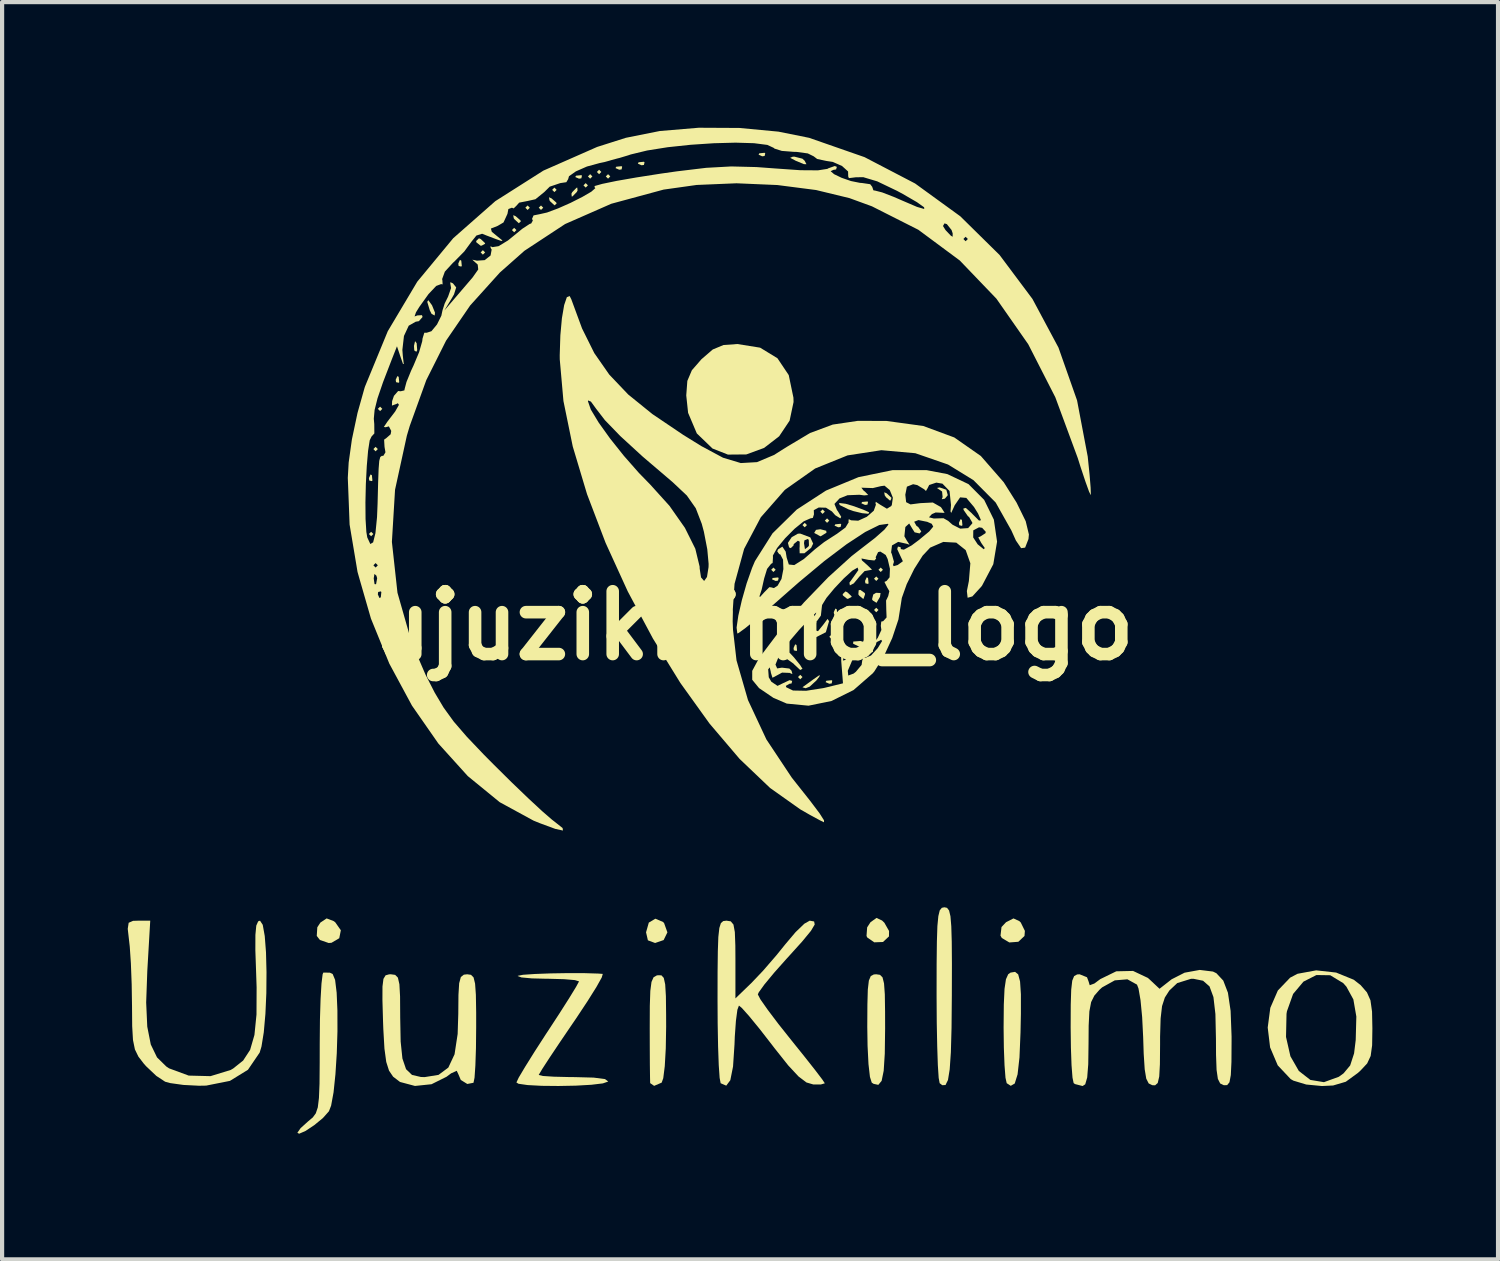
<source format=kicad_pcb>
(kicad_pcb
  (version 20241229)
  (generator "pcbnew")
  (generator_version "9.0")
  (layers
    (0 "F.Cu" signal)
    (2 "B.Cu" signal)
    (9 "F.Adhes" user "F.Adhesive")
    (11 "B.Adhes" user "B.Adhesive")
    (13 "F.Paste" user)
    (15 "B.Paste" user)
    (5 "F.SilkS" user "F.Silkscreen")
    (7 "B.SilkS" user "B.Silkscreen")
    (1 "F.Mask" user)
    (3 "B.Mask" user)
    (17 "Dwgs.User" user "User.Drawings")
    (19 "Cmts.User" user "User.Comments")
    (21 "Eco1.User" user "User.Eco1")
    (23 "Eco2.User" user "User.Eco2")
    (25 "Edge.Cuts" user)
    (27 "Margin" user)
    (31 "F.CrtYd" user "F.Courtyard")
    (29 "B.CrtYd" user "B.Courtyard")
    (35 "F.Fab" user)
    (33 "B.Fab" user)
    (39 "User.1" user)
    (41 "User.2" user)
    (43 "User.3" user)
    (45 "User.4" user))
  (footprint "ujuzikilimo_logo"
    (layer "F.Cu")
    (at 14.936 11.888)
    (property "Reference" "ujuzikilimo_logo" (at 0 0 0) (layer "F.SilkS") (effects (font (size 1.5 1.5) (thickness 0.3))))
    (attr board_only exclude_from_pos_files exclude_from_bom)
    (fp_poly (pts (xy -9.071 -2.188) (xy -9.125 -2.134) (xy -9.178 -2.188) (xy -9.125 -2.241)) (stroke (width 0) (type solid)) (fill yes) (layer "F.SilkS"))
    (fp_poly (pts (xy -8.965 -4.216) (xy -9.018 -4.162) (xy -9.071 -4.216) (xy -9.018 -4.269)) (stroke (width 0) (type solid)) (fill yes) (layer "F.SilkS"))
    (fp_poly (pts (xy -8.858 -5.176) (xy -8.911 -5.123) (xy -8.965 -5.176) (xy -8.911 -5.229)) (stroke (width 0) (type solid)) (fill yes) (layer "F.SilkS"))
    (fp_poly (pts (xy -6.403 -8.911) (xy -6.457 -8.858) (xy -6.51 -8.911) (xy -6.457 -8.965)) (stroke (width 0) (type solid)) (fill yes) (layer "F.SilkS"))
    (fp_poly (pts (xy -5.656 -9.445) (xy -5.71 -9.392) (xy -5.763 -9.445) (xy -5.71 -9.498)) (stroke (width 0) (type solid)) (fill yes) (layer "F.SilkS"))
    (fp_poly (pts (xy -5.336 -9.979) (xy -5.389 -9.925) (xy -5.443 -9.979) (xy -5.389 -10.032)) (stroke (width 0) (type solid)) (fill yes) (layer "F.SilkS"))
    (fp_poly (pts (xy -5.016 -9.979) (xy -5.069 -9.925) (xy -5.123 -9.979) (xy -5.069 -10.032)) (stroke (width 0) (type solid)) (fill yes) (layer "F.SilkS"))
    (fp_poly (pts (xy -4.696 -10.405) (xy -4.749 -10.352) (xy -4.803 -10.405) (xy -4.749 -10.459)) (stroke (width 0) (type solid)) (fill yes) (layer "F.SilkS"))
    (fp_poly (pts (xy -3.949 -10.512) (xy -4.002 -10.459) (xy -4.055 -10.512) (xy -4.002 -10.566)) (stroke (width 0) (type solid)) (fill yes) (layer "F.SilkS"))
    (fp_poly (pts (xy -3.842 -10.726) (xy -3.895 -10.672) (xy -3.949 -10.726) (xy -3.895 -10.779)) (stroke (width 0) (type solid)) (fill yes) (layer "F.SilkS"))
    (fp_poly (pts (xy -3.629 -10.832) (xy -3.682 -10.779) (xy -3.735 -10.832) (xy -3.682 -10.886)) (stroke (width 0) (type solid)) (fill yes) (layer "F.SilkS"))
    (fp_poly (pts (xy -3.415 -10.726) (xy -3.468 -10.672) (xy -3.522 -10.726) (xy -3.468 -10.779)) (stroke (width 0) (type solid)) (fill yes) (layer "F.SilkS"))
    (fp_poly (pts (xy 0.534 -1.334) (xy 0.48 -1.281) (xy 0.427 -1.334) (xy 0.48 -1.387)) (stroke (width 0) (type solid)) (fill yes) (layer "F.SilkS"))
    (fp_poly (pts (xy 1.174 1.227) (xy 1.121 1.281) (xy 1.067 1.227) (xy 1.121 1.174)) (stroke (width 0) (type solid)) (fill yes) (layer "F.SilkS"))
    (fp_poly (pts (xy 1.281 -2.401) (xy 1.227 -2.348) (xy 1.174 -2.401) (xy 1.227 -2.455)) (stroke (width 0) (type solid)) (fill yes) (layer "F.SilkS"))
    (fp_poly (pts (xy 1.708 -2.721) (xy 1.654 -2.668) (xy 1.601 -2.721) (xy 1.654 -2.775)) (stroke (width 0) (type solid)) (fill yes) (layer "F.SilkS"))
    (fp_poly (pts (xy 1.814 -2.508) (xy 1.761 -2.455) (xy 1.708 -2.508) (xy 1.761 -2.561)) (stroke (width 0) (type solid)) (fill yes) (layer "F.SilkS"))
    (fp_poly (pts (xy 1.921 0.267) (xy 1.868 0.32) (xy 1.814 0.267) (xy 1.868 0.213)) (stroke (width 0) (type solid)) (fill yes) (layer "F.SilkS"))
    (fp_poly (pts (xy 2.988 -1.121) (xy 2.935 -1.067) (xy 2.882 -1.121) (xy 2.935 -1.174)) (stroke (width 0) (type solid)) (fill yes) (layer "F.SilkS"))
    (fp_poly (pts (xy 2.988 -0.374) (xy 2.935 -0.32) (xy 2.882 -0.374) (xy 2.935 -0.427)) (stroke (width 0) (type solid)) (fill yes) (layer "F.SilkS"))
    (fp_poly (pts (xy 3.095 -1.334) (xy 3.042 -1.281) (xy 2.988 -1.334) (xy 3.042 -1.387)) (stroke (width 0) (type solid)) (fill yes) (layer "F.SilkS"))
    (fp_poly (pts (xy -9.107 -3.593) (xy -9.094 -3.466) (xy -9.107 -3.451) (xy -9.17 -3.465) (xy -9.178 -3.522) (xy -9.139 -3.61)) (stroke (width 0) (type solid)) (fill yes) (layer "F.SilkS"))
    (fp_poly (pts (xy -8.467 -5.941) (xy -8.454 -5.814) (xy -8.467 -5.799) (xy -8.53 -5.813) (xy -8.538 -5.87) (xy -8.499 -5.958)) (stroke (width 0) (type solid)) (fill yes) (layer "F.SilkS"))
    (fp_poly (pts (xy -8.038 -6.744) (xy -8.025 -6.577) (xy -8.046 -6.539) (xy -8.095 -6.571) (xy -8.102 -6.679) (xy -8.076 -6.793)) (stroke (width 0) (type solid)) (fill yes) (layer "F.SilkS"))
    (fp_poly (pts (xy -6.973 -8.716) (xy -6.96 -8.589) (xy -6.973 -8.573) (xy -7.036 -8.588) (xy -7.044 -8.645) (xy -7.005 -8.732)) (stroke (width 0) (type solid)) (fill yes) (layer "F.SilkS"))
    (fp_poly (pts (xy -4.091 -10.743) (xy -4.106 -10.68) (xy -4.162 -10.672) (xy -4.25 -10.711) (xy -4.233 -10.743) (xy -4.107 -10.756)) (stroke (width 0) (type solid)) (fill yes) (layer "F.SilkS"))
    (fp_poly (pts (xy -3.131 -10.957) (xy -3.145 -10.893) (xy -3.202 -10.886) (xy -3.29 -10.925) (xy -3.273 -10.957) (xy -3.146 -10.97)) (stroke (width 0) (type solid)) (fill yes) (layer "F.SilkS"))
    (fp_poly (pts (xy -2.597 -11.064) (xy -2.612 -11) (xy -2.668 -10.992) (xy -2.756 -11.031) (xy -2.739 -11.064) (xy -2.613 -11.076)) (stroke (width 0) (type solid)) (fill yes) (layer "F.SilkS"))
    (fp_poly (pts (xy 0.285 -11.277) (xy 0.27 -11.214) (xy 0.213 -11.206) (xy 0.126 -11.245) (xy 0.142 -11.277) (xy 0.269 -11.29)) (stroke (width 0) (type solid)) (fill yes) (layer "F.SilkS"))
    (fp_poly (pts (xy 0.605 -1.138) (xy 0.59 -1.075) (xy 0.534 -1.067) (xy 0.446 -1.106) (xy 0.462 -1.138) (xy 0.589 -1.151)) (stroke (width 0) (type solid)) (fill yes) (layer "F.SilkS"))
    (fp_poly (pts (xy 1.032 0.462) (xy 1.044 0.589) (xy 1.032 0.605) (xy 0.968 0.59) (xy 0.961 0.534) (xy 1 0.446)) (stroke (width 0) (type solid)) (fill yes) (layer "F.SilkS"))
    (fp_poly (pts (xy 1.885 1.316) (xy 1.871 1.38) (xy 1.814 1.387) (xy 1.726 1.348) (xy 1.743 1.316) (xy 1.87 1.303)) (stroke (width 0) (type solid)) (fill yes) (layer "F.SilkS"))
    (fp_poly (pts (xy 1.992 -0.391) (xy 2.005 -0.265) (xy 1.992 -0.249) (xy 1.929 -0.264) (xy 1.921 -0.32) (xy 1.96 -0.408)) (stroke (width 0) (type solid)) (fill yes) (layer "F.SilkS"))
    (fp_poly (pts (xy 1.992 -0.071) (xy 2.005 0.056) (xy 1.992 0.071) (xy 1.929 0.056) (xy 1.921 0) (xy 1.96 -0.088)) (stroke (width 0) (type solid)) (fill yes) (layer "F.SilkS"))
    (fp_poly (pts (xy 2.099 -2.419) (xy 2.084 -2.356) (xy 2.028 -2.348) (xy 1.94 -2.387) (xy 1.957 -2.419) (xy 2.083 -2.432)) (stroke (width 0) (type solid)) (fill yes) (layer "F.SilkS"))
    (fp_poly (pts (xy 2.739 -2.953) (xy 2.725 -2.889) (xy 2.668 -2.882) (xy 2.58 -2.921) (xy 2.597 -2.953) (xy 2.724 -2.965)) (stroke (width 0) (type solid)) (fill yes) (layer "F.SilkS"))
    (fp_poly (pts (xy 2.739 -1.138) (xy 2.752 -1.012) (xy 2.739 -0.996) (xy 2.676 -1.011) (xy 2.668 -1.067) (xy 2.707 -1.155)) (stroke (width 0) (type solid)) (fill yes) (layer "F.SilkS"))
    (fp_poly (pts (xy 4.98 -2.526) (xy 4.993 -2.399) (xy 4.98 -2.383) (xy 4.917 -2.398) (xy 4.909 -2.455) (xy 4.948 -2.542)) (stroke (width 0) (type solid)) (fill yes) (layer "F.SilkS"))
    (fp_poly (pts (xy -7.671 -7.649) (xy -7.6 -7.473) (xy -7.608 -7.405) (xy -7.681 -7.443) (xy -7.724 -7.528) (xy -7.785 -7.731) (xy -7.76 -7.771)) (stroke (width 0) (type solid)) (fill yes) (layer "F.SilkS"))
    (fp_poly (pts (xy -5.673 -9.775) (xy -5.559 -9.676) (xy -5.55 -9.652) (xy -5.6 -9.608) (xy -5.706 -9.707) (xy -5.72 -9.728) (xy -5.732 -9.801)) (stroke (width 0) (type solid)) (fill yes) (layer "F.SilkS"))
    (fp_poly (pts (xy -4.819 -10.202) (xy -4.705 -10.103) (xy -4.696 -10.079) (xy -4.746 -10.035) (xy -4.852 -10.133) (xy -4.866 -10.155) (xy -4.879 -10.228)) (stroke (width 0) (type solid)) (fill yes) (layer "F.SilkS"))
    (fp_poly (pts (xy 3.038 -0.779) (xy 3.025 -0.688) (xy 2.942 -0.545) (xy 2.855 -0.599) (xy 2.835 -0.629) (xy 2.863 -0.743) (xy 2.93 -0.784)) (stroke (width 0) (type solid)) (fill yes) (layer "F.SilkS"))
    (fp_poly (pts (xy 3.185 -3.159) (xy 3.3 -3.051) (xy 3.276 -2.989) (xy 3.261 -2.988) (xy 3.171 -3.064) (xy 3.138 -3.111) (xy 3.126 -3.184)) (stroke (width 0) (type solid)) (fill yes) (layer "F.SilkS"))
    (fp_poly (pts (xy -6.51 -9.232) (xy -6.408 -9.136) (xy -6.403 -9.118) (xy -6.486 -9.073) (xy -6.51 -9.071) (xy -6.613 -9.153) (xy -6.617 -9.184) (xy -6.551 -9.248)) (stroke (width 0) (type solid)) (fill yes) (layer "F.SilkS"))
    (fp_poly (pts (xy -4.196 -10.39) (xy -4.216 -10.352) (xy -4.316 -10.25) (xy -4.335 -10.245) (xy -4.342 -10.314) (xy -4.322 -10.352) (xy -4.222 -10.454) (xy -4.203 -10.459)) (stroke (width 0) (type solid)) (fill yes) (layer "F.SilkS"))
    (fp_poly (pts (xy 1.173 -11.149) (xy 1.227 -11.099) (xy 1.269 -11.017) (xy 1.208 -11.019) (xy 1.014 -11.099) (xy 0.88 -11.17) (xy 0.94 -11.196) (xy 0.981 -11.198)) (stroke (width 0) (type solid)) (fill yes) (layer "F.SilkS"))
    (fp_poly (pts (xy 1.741 -2.266) (xy 1.747 -2.218) (xy 1.61 -2.135) (xy 1.601 -2.134) (xy 1.46 -2.21) (xy 1.455 -2.218) (xy 1.497 -2.287) (xy 1.601 -2.302)) (stroke (width 0) (type solid)) (fill yes) (layer "F.SilkS"))
    (fp_poly (pts (xy 2.241 -0.8) (xy 2.343 -0.705) (xy 2.348 -0.687) (xy 2.265 -0.642) (xy 2.241 -0.64) (xy 2.139 -0.722) (xy 2.134 -0.753) (xy 2.2 -0.817)) (stroke (width 0) (type solid)) (fill yes) (layer "F.SilkS"))
    (fp_poly (pts (xy 2.664 -0.776) (xy 2.668 -0.747) (xy 2.632 -0.643) (xy 2.621 -0.64) (xy 2.53 -0.715) (xy 2.508 -0.747) (xy 2.516 -0.845) (xy 2.555 -0.854)) (stroke (width 0) (type solid)) (fill yes) (layer "F.SilkS"))
    (fp_poly (pts (xy -2.155 7.075) (xy -2.13 7.102) (xy -2.051 7.323) (xy -2.141 7.507) (xy -2.345 7.577) (xy -2.517 7.513) (xy -2.561 7.322) (xy -2.495 7.09) (xy -2.338 6.997)) (stroke (width 0) (type solid)) (fill yes) (layer "F.SilkS"))
    (fp_poly (pts (xy 1.579 1.214) (xy 1.508 1.307) (xy 1.345 1.457) (xy 1.25 1.494) (xy 1.175 1.473) (xy 1.183 1.464) (xy 1.294 1.384) (xy 1.441 1.277) (xy 1.586 1.177)) (stroke (width 0) (type solid)) (fill yes) (layer "F.SilkS"))
    (fp_poly (pts (xy 2.757 0.427) (xy 2.822 0.503) (xy 2.856 0.623) (xy 2.851 0.634) (xy 2.747 0.594) (xy 2.588 0.53) (xy 2.384 0.432) (xy 2.386 0.38) (xy 2.559 0.366)) (stroke (width 0) (type solid)) (fill yes) (layer "F.SilkS"))
    (fp_poly (pts (xy 4.608 -3.245) (xy 4.643 -3.115) (xy 4.574 -3.032) (xy 4.499 -3.018) (xy 4.52 -3.069) (xy 4.507 -3.203) (xy 4.456 -3.238) (xy 4.385 -3.287) (xy 4.449 -3.3)) (stroke (width 0) (type solid)) (fill yes) (layer "F.SilkS"))
    (fp_poly (pts (xy -10.024 7.052) (xy -9.983 7.081) (xy -9.848 7.273) (xy -9.886 7.463) (xy -10.071 7.572) (xy -10.139 7.577) (xy -10.347 7.505) (xy -10.423 7.409) (xy -10.41 7.202) (xy -10.335 7.088) (xy -10.187 6.99)) (stroke (width 0) (type solid)) (fill yes) (layer "F.SilkS"))
    (fp_poly (pts (xy 1.809 -0.107) (xy 1.732 0.157) (xy 1.504 0.273) (xy 1.426 0.277) (xy 1.259 0.225) (xy 1.254 0.13) (xy 1.341 0.046) (xy 1.424 0.101) (xy 1.545 0.132) (xy 1.673 -0.026) (xy 1.773 -0.161)) (stroke (width 0) (type solid)) (fill yes) (layer "F.SilkS"))
    (fp_poly (pts (xy 2.204 -2.91) (xy 2.375 -2.86) (xy 2.621 -2.771) (xy 2.761 -2.709) (xy 2.766 -2.706) (xy 2.748 -2.671) (xy 2.598 -2.685) (xy 2.387 -2.736) (xy 2.268 -2.778) (xy 2.062 -2.88) (xy 2.047 -2.929)) (stroke (width 0) (type solid)) (fill yes) (layer "F.SilkS"))
    (fp_poly (pts (xy 3.074 7.04) (xy 3.129 7.093) (xy 3.241 7.29) (xy 3.239 7.42) (xy 3.096 7.553) (xy 2.888 7.561) (xy 2.722 7.447) (xy 2.703 7.409) (xy 2.718 7.204) (xy 2.798 7.081) (xy 2.942 6.978)) (stroke (width 0) (type solid)) (fill yes) (layer "F.SilkS"))
    (fp_poly (pts (xy 6.355 7.057) (xy 6.386 7.088) (xy 6.484 7.288) (xy 6.475 7.409) (xy 6.328 7.548) (xy 6.113 7.564) (xy 5.934 7.458) (xy 5.902 7.402) (xy 5.926 7.196) (xy 6.034 7.081) (xy 6.212 6.99)) (stroke (width 0) (type solid)) (fill yes) (layer "F.SilkS"))
    (fp_poly (pts (xy 0.88 0.66) (xy 0.973 0.761) (xy 1.118 0.94) (xy 1.174 1.03) (xy 1.12 1.059) (xy 0.978 0.927) (xy 0.961 0.908) (xy 0.812 0.802) (xy 0.736 0.807) (xy 0.687 0.78) (xy 0.707 0.697) (xy 0.774 0.601)) (stroke (width 0) (type solid)) (fill yes) (layer "F.SilkS"))
    (fp_poly (pts (xy 0.163 -6.637) (xy 0.576 -6.385) (xy 0.846 -5.982) (xy 0.958 -5.443) (xy 0.961 -5.34) (xy 0.867 -4.895) (xy 0.617 -4.521) (xy 0.257 -4.243) (xy -0.166 -4.088) (xy -0.606 -4.084) (xy -0.974 -4.229) (xy -1.349 -4.59) (xy -1.557 -5.081) (xy -1.601 -5.497) (xy -1.575 -5.844) (xy -1.467 -6.098) (xy -1.238 -6.361) (xy -0.968 -6.594) (xy -0.713 -6.7) (xy -0.38 -6.724)) (stroke (width 0) (type solid)) (fill yes) (layer "F.SilkS"))
    (fp_poly (pts (xy 6.324 8.326) (xy 6.369 8.495) (xy 6.389 8.8) (xy 6.389 9.27) (xy 6.38 9.71) (xy 6.355 10.309) (xy 6.31 10.712) (xy 6.242 10.932) (xy 6.147 10.987) (xy 6.05 10.924) (xy 6.021 10.794) (xy 5.998 10.495) (xy 5.982 10.074) (xy 5.976 9.599) (xy 5.981 9.047) (xy 5.998 8.673) (xy 6.032 8.443) (xy 6.086 8.323) (xy 6.141 8.284) (xy 6.25 8.266)) (stroke (width 0) (type solid)) (fill yes) (layer "F.SilkS"))
    (fp_poly (pts (xy 3.024 8.337) (xy 3.085 8.397) (xy 3.121 8.541) (xy 3.14 8.803) (xy 3.146 9.219) (xy 3.147 9.623) (xy 3.139 10.221) (xy 3.113 10.628) (xy 3.064 10.868) (xy 2.985 10.964) (xy 2.872 10.94) (xy 2.828 10.911) (xy 2.785 10.776) (xy 2.75 10.469) (xy 2.728 10.031) (xy 2.721 9.578) (xy 2.724 9.044) (xy 2.734 8.688) (xy 2.759 8.474) (xy 2.805 8.366) (xy 2.877 8.328) (xy 2.935 8.324)) (stroke (width 0) (type solid)) (fill yes) (layer "F.SilkS"))
    (fp_poly (pts (xy -2.194 8.349) (xy -2.138 8.41) (xy -2.104 8.564) (xy -2.087 8.846) (xy -2.082 9.289) (xy -2.081 9.574) (xy -2.09 10.094) (xy -2.114 10.518) (xy -2.15 10.805) (xy -2.188 10.911) (xy -2.368 10.988) (xy -2.461 10.924) (xy -2.463 10.912) (xy -2.466 10.78) (xy -2.47 10.479) (xy -2.472 10.057) (xy -2.473 9.605) (xy -2.471 9.075) (xy -2.459 8.721) (xy -2.431 8.507) (xy -2.382 8.396) (xy -2.306 8.352) (xy -2.278 8.347)) (stroke (width 0) (type solid)) (fill yes) (layer "F.SilkS"))
    (fp_poly (pts (xy 1.36 -2.108) (xy 1.429 -1.959) (xy 1.38 -1.858) (xy 1.22 -1.728) (xy 1.107 -1.729) (xy 1.103 -1.86) (xy 1.106 -1.868) (xy 1.107 -1.97) (xy 1.21 -1.97) (xy 1.233 -1.825) (xy 1.31 -1.884) (xy 1.329 -1.914) (xy 1.324 -2.048) (xy 1.3 -2.069) (xy 1.221 -2.037) (xy 1.21 -1.97) (xy 1.107 -1.97) (xy 1.108 -2.005) (xy 1.064 -2.028) (xy 0.964 -1.946) (xy 0.961 -1.915) (xy 0.895 -1.851) (xy 0.855 -1.867) (xy 0.826 -1.976) (xy 0.917 -2.112) (xy 1.065 -2.196) (xy 1.12 -2.198)) (stroke (width 0) (type solid)) (fill yes) (layer "F.SilkS"))
    (fp_poly (pts (xy 4.626 6.738) (xy 4.674 6.801) (xy 4.707 6.938) (xy 4.727 7.178) (xy 4.738 7.548) (xy 4.742 8.075) (xy 4.74 8.787) (xy 4.74 8.825) (xy 4.733 9.602) (xy 4.717 10.185) (xy 4.689 10.594) (xy 4.648 10.848) (xy 4.589 10.968) (xy 4.511 10.972) (xy 4.449 10.924) (xy 4.426 10.799) (xy 4.406 10.494) (xy 4.391 10.045) (xy 4.38 9.484) (xy 4.376 8.846) (xy 4.376 8.787) (xy 4.377 8.073) (xy 4.383 7.545) (xy 4.395 7.175) (xy 4.418 6.935) (xy 4.451 6.799) (xy 4.5 6.737) (xy 4.562 6.724)) (stroke (width 0) (type solid)) (fill yes) (layer "F.SilkS"))
    (fp_poly (pts (xy -10.112 8.285) (xy -10.043 8.318) (xy -9.985 8.458) (xy -9.948 8.764) (xy -9.93 9.189) (xy -9.929 9.686) (xy -9.945 10.209) (xy -9.977 10.709) (xy -10.022 11.142) (xy -10.08 11.459) (xy -10.132 11.594) (xy -10.277 11.757) (xy -10.484 11.927) (xy -10.692 12.065) (xy -10.844 12.131) (xy -10.886 12.108) (xy -10.81 11.999) (xy -10.628 11.834) (xy -10.619 11.827) (xy -10.517 11.741) (xy -10.446 11.644) (xy -10.398 11.501) (xy -10.371 11.277) (xy -10.357 10.935) (xy -10.353 10.441) (xy -10.352 9.977) (xy -10.347 9.408) (xy -10.332 8.917) (xy -10.31 8.543) (xy -10.283 8.325) (xy -10.267 8.284)) (stroke (width 0) (type solid)) (fill yes) (layer "F.SilkS"))
    (fp_poly (pts (xy 13.916 8.283) (xy 14.336 8.454) (xy 14.5 8.582) (xy 14.651 8.756) (xy 14.735 8.945) (xy 14.773 9.215) (xy 14.781 9.616) (xy 14.775 10.018) (xy 14.74 10.274) (xy 14.657 10.452) (xy 14.501 10.619) (xy 14.433 10.681) (xy 14.146 10.89) (xy 13.844 10.979) (xy 13.576 10.992) (xy 13.201 10.956) (xy 12.894 10.863) (xy 12.83 10.826) (xy 12.521 10.498) (xy 12.339 10.07) (xy 12.309 9.82) (xy 12.719 9.82) (xy 12.824 10.282) (xy 13.025 10.632) (xy 13.3 10.846) (xy 13.625 10.9) (xy 13.98 10.771) (xy 14.092 10.69) (xy 14.251 10.5) (xy 14.344 10.213) (xy 14.383 9.895) (xy 14.398 9.333) (xy 14.327 8.924) (xy 14.16 8.619) (xy 14.085 8.535) (xy 13.775 8.347) (xy 13.445 8.342) (xy 13.136 8.499) (xy 12.888 8.794) (xy 12.741 9.207) (xy 12.731 9.268) (xy 12.719 9.82) (xy 12.309 9.82) (xy 12.282 9.596) (xy 12.344 9.125) (xy 12.524 8.711) (xy 12.817 8.405) (xy 12.994 8.312) (xy 13.439 8.23)) (stroke (width 0) (type solid)) (fill yes) (layer "F.SilkS"))
    (fp_poly (pts (xy -4.027 8.297) (xy -3.703 8.307) (xy -3.594 8.315) (xy -3.619 8.401) (xy -3.746 8.628) (xy -3.958 8.966) (xy -4.234 9.383) (xy -4.315 9.501) (xy -4.612 9.938) (xy -4.86 10.309) (xy -5.037 10.581) (xy -5.119 10.719) (xy -5.123 10.728) (xy -5.024 10.752) (xy -4.763 10.769) (xy -4.389 10.778) (xy -4.263 10.779) (xy -3.812 10.791) (xy -3.541 10.826) (xy -3.466 10.882) (xy -3.468 10.886) (xy -3.592 10.929) (xy -3.867 10.962) (xy -4.238 10.983) (xy -4.652 10.991) (xy -5.054 10.987) (xy -5.39 10.969) (xy -5.606 10.938) (xy -5.656 10.907) (xy -5.601 10.79) (xy -5.448 10.533) (xy -5.222 10.171) (xy -4.945 9.742) (xy -4.909 9.688) (xy -4.627 9.256) (xy -4.394 8.89) (xy -4.232 8.625) (xy -4.163 8.498) (xy -4.162 8.493) (xy -4.26 8.463) (xy -4.518 8.441) (xy -4.882 8.431) (xy -4.927 8.431) (xy -5.288 8.422) (xy -5.536 8.399) (xy -5.624 8.366) (xy -5.621 8.36) (xy -5.498 8.336) (xy -5.22 8.317) (xy -4.843 8.303) (xy -4.426 8.296)) (stroke (width 0) (type solid)) (fill yes) (layer "F.SilkS"))
    (fp_poly (pts (xy -6.74 8.337) (xy -6.679 8.399) (xy -6.643 8.546) (xy -6.624 8.813) (xy -6.617 9.236) (xy -6.617 9.587) (xy -6.622 10.086) (xy -6.636 10.503) (xy -6.656 10.794) (xy -6.681 10.914) (xy -6.829 10.943) (xy -6.984 10.847) (xy -7.044 10.706) (xy -7.081 10.628) (xy -7.215 10.689) (xy -7.325 10.771) (xy -7.683 10.949) (xy -8.078 10.99) (xy -8.435 10.895) (xy -8.601 10.768) (xy -8.698 10.624) (xy -8.764 10.416) (xy -8.807 10.099) (xy -8.834 9.629) (xy -8.841 9.434) (xy -8.855 8.938) (xy -8.854 8.617) (xy -8.831 8.434) (xy -8.78 8.349) (xy -8.695 8.325) (xy -8.654 8.324) (xy -8.551 8.338) (xy -8.486 8.404) (xy -8.45 8.562) (xy -8.434 8.853) (xy -8.431 9.315) (xy -8.431 9.345) (xy -8.42 9.931) (xy -8.378 10.335) (xy -8.291 10.59) (xy -8.149 10.727) (xy -7.937 10.776) (xy -7.848 10.779) (xy -7.516 10.726) (xy -7.282 10.552) (xy -7.133 10.234) (xy -7.059 9.748) (xy -7.044 9.27) (xy -7.04 8.818) (xy -7.023 8.538) (xy -6.983 8.39) (xy -6.911 8.333) (xy -6.83 8.324)) (stroke (width 0) (type solid)) (fill yes) (layer "F.SilkS"))
    (fp_poly (pts (xy -14.469 8.244) (xy -14.496 8.998) (xy -14.47 9.574) (xy -14.386 10) (xy -14.237 10.308) (xy -14.015 10.526) (xy -13.949 10.57) (xy -13.48 10.743) (xy -12.96 10.756) (xy -12.48 10.609) (xy -12.418 10.573) (xy -12.181 10.384) (xy -12.014 10.128) (xy -11.911 9.772) (xy -11.862 9.286) (xy -11.859 8.635) (xy -11.87 8.307) (xy -11.889 7.754) (xy -11.888 7.383) (xy -11.867 7.162) (xy -11.822 7.06) (xy -11.778 7.044) (xy -11.713 7.143) (xy -11.665 7.41) (xy -11.635 7.8) (xy -11.623 8.27) (xy -11.627 8.775) (xy -11.649 9.269) (xy -11.688 9.709) (xy -11.743 10.05) (xy -11.786 10.193) (xy -12.066 10.604) (xy -12.496 10.869) (xy -13.064 10.982) (xy -13.234 10.985) (xy -13.607 10.966) (xy -13.921 10.922) (xy -14.043 10.889) (xy -14.254 10.75) (xy -14.497 10.52) (xy -14.55 10.461) (xy -14.682 10.289) (xy -14.765 10.118) (xy -14.811 9.893) (xy -14.83 9.562) (xy -14.834 9.078) (xy -14.842 8.56) (xy -14.861 8.062) (xy -14.888 7.662) (xy -14.902 7.539) (xy -14.936 7.239) (xy -14.914 7.094) (xy -14.809 7.048) (xy -14.685 7.044) (xy -14.399 7.044)) (stroke (width 0) (type solid)) (fill yes) (layer "F.SilkS"))
    (fp_poly (pts (xy 1.452 7.063) (xy 1.466 7.136) (xy 1.376 7.287) (xy 1.167 7.541) (xy 0.824 7.921) (xy 0.796 7.951) (xy 0.499 8.285) (xy 0.266 8.566) (xy 0.13 8.755) (xy 0.108 8.805) (xy 0.171 8.925) (xy 0.345 9.173) (xy 0.601 9.512) (xy 0.907 9.897) (xy 1.218 10.284) (xy 1.473 10.607) (xy 1.645 10.833) (xy 1.708 10.927) (xy 1.616 10.954) (xy 1.43 10.954) (xy 1.269 10.907) (xy 1.08 10.764) (xy 0.834 10.5) (xy 0.505 10.086) (xy 0.443 10.005) (xy 0.15 9.628) (xy -0.099 9.324) (xy -0.274 9.128) (xy -0.343 9.071) (xy -0.38 9.17) (xy -0.415 9.434) (xy -0.442 9.813) (xy -0.449 9.997) (xy -0.484 10.527) (xy -0.549 10.853) (xy -0.646 10.983) (xy -0.778 10.926) (xy -0.78 10.924) (xy -0.804 10.798) (xy -0.825 10.495) (xy -0.841 10.049) (xy -0.851 9.497) (xy -0.854 8.947) (xy -0.853 8.268) (xy -0.847 7.773) (xy -0.835 7.433) (xy -0.811 7.219) (xy -0.774 7.102) (xy -0.719 7.054) (xy -0.643 7.044) (xy -0.64 7.044) (xy -0.538 7.06) (xy -0.474 7.137) (xy -0.441 7.316) (xy -0.429 7.639) (xy -0.427 7.972) (xy -0.427 8.9) (xy -0.046 8.532) (xy 0.232 8.24) (xy 0.552 7.87) (xy 0.767 7.604) (xy 1.009 7.318) (xy 1.219 7.116) (xy 1.347 7.044)) (stroke (width 0) (type solid)) (fill yes) (layer "F.SilkS"))
    (fp_poly (pts (xy 10.975 8.259) (xy 11.057 8.299) (xy 11.221 8.475) (xy 11.332 8.764) (xy 11.396 9.197) (xy 11.419 9.804) (xy 11.419 9.926) (xy 11.416 10.416) (xy 11.401 10.73) (xy 11.369 10.902) (xy 11.313 10.971) (xy 11.233 10.972) (xy 11.147 10.931) (xy 11.092 10.822) (xy 11.061 10.606) (xy 11.048 10.245) (xy 11.046 9.86) (xy 11.033 9.273) (xy 10.986 8.868) (xy 10.892 8.613) (xy 10.738 8.478) (xy 10.512 8.432) (xy 10.454 8.431) (xy 10.122 8.534) (xy 9.933 8.712) (xy 9.826 8.879) (xy 9.759 9.084) (xy 9.725 9.379) (xy 9.712 9.817) (xy 9.712 10.001) (xy 9.708 10.471) (xy 9.692 10.765) (xy 9.656 10.92) (xy 9.593 10.975) (xy 9.525 10.972) (xy 9.44 10.93) (xy 9.382 10.816) (xy 9.345 10.593) (xy 9.321 10.223) (xy 9.308 9.823) (xy 9.284 9.346) (xy 9.245 8.942) (xy 9.197 8.664) (xy 9.161 8.571) (xy 8.932 8.444) (xy 8.631 8.469) (xy 8.328 8.637) (xy 8.266 8.693) (xy 8.143 8.833) (xy 8.066 8.988) (xy 8.024 9.209) (xy 8.007 9.549) (xy 8.004 9.974) (xy 7.997 10.472) (xy 7.972 10.788) (xy 7.925 10.951) (xy 7.862 10.992) (xy 7.68 10.945) (xy 7.648 10.921) (xy 7.621 10.792) (xy 7.598 10.495) (xy 7.583 10.073) (xy 7.577 9.587) (xy 7.579 9.051) (xy 7.59 8.693) (xy 7.615 8.476) (xy 7.66 8.367) (xy 7.731 8.328) (xy 7.791 8.324) (xy 7.967 8.395) (xy 8.004 8.492) (xy 8.032 8.585) (xy 8.142 8.545) (xy 8.285 8.439) (xy 8.666 8.253) (xy 9.067 8.244) (xy 9.421 8.411) (xy 9.458 8.444) (xy 9.699 8.67) (xy 9.987 8.444) (xy 10.297 8.286) (xy 10.659 8.22)) (stroke (width 0) (type solid)) (fill yes) (layer "F.SilkS"))
    (fp_poly (pts (xy -4.345 -7.791) (xy -4.089 -7.096) (xy -3.797 -6.508) (xy -3.439 -5.994) (xy -2.987 -5.519) (xy -2.41 -5.052) (xy -1.678 -4.558) (xy -1.242 -4.288) (xy -0.724 -4.01) (xy -0.299 -3.882) (xy 0.088 -3.904) (xy 0.494 -4.075) (xy 0.795 -4.265) (xy 1.354 -4.599) (xy 1.897 -4.801) (xy 2.498 -4.89) (xy 3.183 -4.887) (xy 4.058 -4.767) (xy 4.799 -4.493) (xy 5.432 -4.051) (xy 5.979 -3.424) (xy 6.286 -2.937) (xy 6.504 -2.493) (xy 6.58 -2.177) (xy 6.57 -2.068) (xy 6.49 -1.863) (xy 6.394 -1.85) (xy 6.269 -2.034) (xy 6.162 -2.272) (xy 5.787 -2.939) (xy 5.257 -3.473) (xy 4.649 -3.847) (xy 3.868 -4.117) (xy 3.058 -4.189) (xy 2.25 -4.065) (xy 1.476 -3.752) (xy 0.768 -3.253) (xy 0.746 -3.234) (xy 0.179 -2.587) (xy -0.219 -1.834) (xy -0.448 -0.999) (xy -0.508 -0.103) (xy -0.401 0.829) (xy -0.127 1.777) (xy 0.312 2.716) (xy 0.916 3.625) (xy 1.001 3.733) (xy 1.356 4.181) (xy 1.582 4.481) (xy 1.688 4.648) (xy 1.687 4.695) (xy 1.585 4.645) (xy 1.353 4.519) (xy 1.121 4.386) (xy 0.401 3.876) (xy -0.326 3.183) (xy -1.046 2.337) (xy -1.741 1.369) (xy -2.397 0.307) (xy -2.998 -0.818) (xy -3.527 -1.977) (xy -3.97 -3.14) (xy -4.311 -4.278) (xy -4.532 -5.357) (xy -3.948 -5.357) (xy -3.88 -5.16) (xy -3.693 -4.85) (xy -3.419 -4.467) (xy -3.088 -4.052) (xy -2.73 -3.645) (xy -2.463 -3.371) (xy -2.002 -2.861) (xy -1.633 -2.335) (xy -1.385 -1.837) (xy -1.282 -1.411) (xy -1.281 -1.366) (xy -1.248 -1.151) (xy -1.174 -1.067) (xy -1.106 -1.162) (xy -1.069 -1.396) (xy -1.067 -1.475) (xy -1.099 -1.824) (xy -1.18 -2.243) (xy -1.231 -2.432) (xy -1.374 -2.803) (xy -1.587 -3.107) (xy -1.927 -3.427) (xy -1.941 -3.439) (xy -2.643 -4.038) (xy -3.174 -4.525) (xy -3.544 -4.907) (xy -3.751 -5.176) (xy -3.877 -5.349) (xy -3.945 -5.377) (xy -3.948 -5.357) (xy -4.532 -5.357) (xy -4.533 -5.36) (xy -4.621 -6.357) (xy -4.622 -6.457) (xy -4.607 -6.929) (xy -4.57 -7.339) (xy -4.516 -7.654) (xy -4.452 -7.842) (xy -4.385 -7.87)) (stroke (width 0) (type solid)) (fill yes) (layer "F.SilkS"))
    (fp_poly (pts (xy -0.334 -11.883) (xy 0.599 -11.795) (xy 1.334 -11.647) (xy 2.656 -11.186) (xy 3.863 -10.557) (xy 4.942 -9.774) (xy 5.88 -8.85) (xy 6.665 -7.8) (xy 7.286 -6.639) (xy 7.73 -5.378) (xy 7.985 -4.034) (xy 7.988 -4.002) (xy 8.029 -3.602) (xy 8.054 -3.294) (xy 8.059 -3.13) (xy 8.057 -3.118) (xy 8.017 -3.198) (xy 7.93 -3.439) (xy 7.811 -3.797) (xy 7.746 -4.003) (xy 7.211 -5.452) (xy 6.564 -6.719) (xy 5.804 -7.807) (xy 4.93 -8.718) (xy 4.237 -9.232) (xy 5.016 -9.232) (xy 5.069 -9.178) (xy 5.123 -9.232) (xy 5.069 -9.285) (xy 5.016 -9.232) (xy 4.237 -9.232) (xy 3.94 -9.452) (xy 3.762 -9.542) (xy 4.529 -9.542) (xy 4.589 -9.445) (xy 4.715 -9.312) (xy 4.759 -9.285) (xy 4.76 -9.366) (xy 4.734 -9.445) (xy 4.622 -9.586) (xy 4.565 -9.605) (xy 4.529 -9.542) (xy 3.762 -9.542) (xy 2.832 -10.012) (xy 2.295 -10.208) (xy 1.498 -10.401) (xy 0.575 -10.52) (xy -0.401 -10.562) (xy -1.353 -10.522) (xy -2.142 -10.411) (xy -3.391 -10.073) (xy -4.493 -9.589) (xy -5.465 -8.95) (xy -6.051 -8.431) (xy -6.76 -7.645) (xy -7.336 -6.804) (xy -7.808 -5.862) (xy -8.203 -4.768) (xy -8.272 -4.536) (xy -8.554 -3.245) (xy -8.629 -1.999) (xy -8.496 -0.786) (xy -8.155 0.408) (xy -7.827 1.168) (xy -7.607 1.599) (xy -7.394 1.957) (xy -7.152 2.291) (xy -6.843 2.649) (xy -6.431 3.082) (xy -6.202 3.313) (xy -5.777 3.734) (xy -5.378 4.117) (xy -5.043 4.428) (xy -4.806 4.633) (xy -4.749 4.677) (xy -4.553 4.833) (xy -4.545 4.892) (xy -4.727 4.853) (xy -5.098 4.716) (xy -5.248 4.655) (xy -6.055 4.215) (xy -6.817 3.592) (xy -7.52 2.814) (xy -8.15 1.909) (xy -8.691 0.906) (xy -9.129 -0.168) (xy -9.296 -0.747) (xy -8.965 -0.747) (xy -8.926 -0.659) (xy -8.894 -0.676) (xy -8.881 -0.803) (xy -8.894 -0.818) (xy -8.957 -0.804) (xy -8.965 -0.747) (xy -9.296 -0.747) (xy -9.406 -1.129) (xy -9.063 -1.129) (xy -9.043 -0.991) (xy -9.007 -0.989) (xy -8.981 -1.132) (xy -8.999 -1.194) (xy -9.046 -1.234) (xy -9.063 -1.129) (xy -9.406 -1.129) (xy -9.45 -1.284) (xy -9.476 -1.441) (xy -9.071 -1.441) (xy -9.018 -1.387) (xy -8.965 -1.441) (xy -9.018 -1.494) (xy -9.071 -1.441) (xy -9.476 -1.441) (xy -9.639 -2.414) (xy -9.659 -2.943) (xy -9.261 -2.943) (xy -9.258 -2.545) (xy -9.239 -2.237) (xy -9.217 -2.106) (xy -9.144 -1.949) (xy -9.077 -1.989) (xy -9.022 -2.208) (xy -8.984 -2.591) (xy -8.971 -2.906) (xy -8.958 -3.412) (xy -8.946 -3.742) (xy -8.931 -3.934) (xy -8.907 -4.026) (xy -8.871 -4.053) (xy -8.833 -4.055) (xy -8.783 -4.139) (xy -8.805 -4.269) (xy -8.815 -4.441) (xy -8.758 -4.482) (xy -8.659 -4.569) (xy -8.645 -4.649) (xy -8.701 -4.758) (xy -8.778 -4.737) (xy -8.821 -4.744) (xy -8.741 -4.864) (xy -8.551 -5.113) (xy -8.461 -5.272) (xy -8.487 -5.311) (xy -8.521 -5.293) (xy -8.628 -5.254) (xy -8.624 -5.361) (xy -8.58 -5.487) (xy -8.48 -5.602) (xy -8.42 -5.596) (xy -8.331 -5.617) (xy -8.324 -5.655) (xy -8.281 -5.817) (xy -8.171 -6.086) (xy -8.111 -6.215) (xy -7.98 -6.528) (xy -7.905 -6.79) (xy -7.897 -6.857) (xy -7.855 -6.993) (xy -7.796 -6.994) (xy -7.685 -7.03) (xy -7.552 -7.191) (xy -7.448 -7.401) (xy -7.422 -7.524) (xy -7.368 -7.693) (xy -7.287 -7.857) (xy -7.216 -8.061) (xy -7.234 -8.167) (xy -7.233 -8.201) (xy -7.171 -8.172) (xy -7.094 -8.076) (xy -7.146 -7.909) (xy -7.204 -7.808) (xy -7.377 -7.524) (xy -7.149 -7.791) (xy -6.908 -8.073) (xy -6.704 -8.311) (xy -6.568 -8.504) (xy -6.58 -8.621) (xy -6.632 -8.668) (xy -6.709 -8.738) (xy -6.598 -8.714) (xy -6.413 -8.727) (xy -6.273 -8.838) (xy -6.247 -8.98) (xy -6.271 -9.018) (xy -6.276 -9.059) (xy -6.229 -9.037) (xy -6.084 -9.06) (xy -5.857 -9.197) (xy -5.749 -9.285) (xy -5.514 -9.477) (xy -5.341 -9.59) (xy -5.303 -9.603) (xy -5.264 -9.672) (xy -5.283 -9.712) (xy -5.247 -9.795) (xy -5.102 -9.824) (xy -4.925 -9.864) (xy -4.662 -9.962) (xy -4.364 -10.094) (xy -4.083 -10.236) (xy -3.868 -10.361) (xy -3.771 -10.446) (xy -3.789 -10.466) (xy -3.79 -10.496) (xy -3.606 -10.548) (xy -3.263 -10.619) (xy -2.787 -10.702) (xy -2.206 -10.793) (xy -1.825 -10.847) (xy -1.125 -10.931) (xy -0.526 -10.964) (xy 0.076 -10.949) (xy 0.522 -10.916) (xy 1.123 -10.874) (xy 1.543 -10.871) (xy 1.769 -10.906) (xy 1.79 -10.919) (xy 1.945 -10.974) (xy 1.995 -10.954) (xy 1.976 -10.892) (xy 1.912 -10.882) (xy 1.846 -10.85) (xy 1.929 -10.779) (xy 2.11 -10.692) (xy 2.333 -10.615) (xy 2.547 -10.572) (xy 2.594 -10.569) (xy 2.791 -10.54) (xy 2.839 -10.477) (xy 2.867 -10.394) (xy 2.913 -10.386) (xy 3.077 -10.344) (xy 3.359 -10.235) (xy 3.559 -10.148) (xy 3.909 -9.998) (xy 4.081 -9.948) (xy 4.078 -9.989) (xy 3.907 -10.111) (xy 3.571 -10.306) (xy 3.432 -10.381) (xy 2.959 -10.608) (xy 2.624 -10.708) (xy 2.446 -10.705) (xy 2.282 -10.685) (xy 2.266 -10.726) (xy 2.263 -10.844) (xy 2.119 -10.974) (xy 1.898 -11.072) (xy 1.741 -11.096) (xy 1.525 -11.142) (xy 1.441 -11.206) (xy 1.301 -11.275) (xy 1.036 -11.311) (xy 0.961 -11.313) (xy 0.681 -11.335) (xy 0.506 -11.39) (xy 0.488 -11.407) (xy 0.336 -11.478) (xy 0.017 -11.519) (xy -0.425 -11.532) (xy -0.945 -11.518) (xy -1.499 -11.481) (xy -2.044 -11.423) (xy -2.534 -11.345) (xy -2.927 -11.25) (xy -2.988 -11.229) (xy -3.198 -11.166) (xy -3.255 -11.152) (xy -3.406 -11.111) (xy -3.415 -11.107) (xy -3.553 -11.069) (xy -3.668 -11.045) (xy -3.973 -10.962) (xy -4.237 -10.846) (xy -4.401 -10.73) (xy -4.421 -10.66) (xy -4.464 -10.588) (xy -4.61 -10.566) (xy -4.861 -10.481) (xy -4.991 -10.352) (xy -5.202 -10.181) (xy -5.39 -10.139) (xy -5.59 -10.1) (xy -5.656 -10.026) (xy -5.722 -9.962) (xy -5.763 -9.979) (xy -5.848 -9.947) (xy -5.87 -9.832) (xy -5.964 -9.627) (xy -6.103 -9.545) (xy -6.265 -9.481) (xy -6.244 -9.404) (xy -6.13 -9.31) (xy -5.988 -9.195) (xy -6.017 -9.185) (xy -6.137 -9.227) (xy -6.372 -9.316) (xy -6.475 -9.357) (xy -6.612 -9.314) (xy -6.729 -9.168) (xy -6.899 -8.936) (xy -7.142 -8.689) (xy -7.17 -8.665) (xy -7.365 -8.452) (xy -7.43 -8.274) (xy -7.424 -8.251) (xy -7.418 -8.148) (xy -7.455 -8.155) (xy -7.571 -8.111) (xy -7.755 -7.916) (xy -7.975 -7.609) (xy -8.054 -7.481) (xy -8.088 -7.382) (xy -8.021 -7.407) (xy -7.911 -7.413) (xy -7.897 -7.37) (xy -7.984 -7.27) (xy -8.06 -7.257) (xy -8.227 -7.162) (xy -8.341 -6.917) (xy -8.379 -6.584) (xy -8.369 -6.451) (xy -8.346 -6.248) (xy -8.363 -6.246) (xy -8.418 -6.403) (xy -8.508 -6.67) (xy -8.634 -6.35) (xy -8.841 -5.812) (xy -8.973 -5.426) (xy -9.042 -5.149) (xy -9.061 -4.939) (xy -9.05 -4.814) (xy -9.048 -4.589) (xy -9.115 -4.516) (xy -9.159 -4.425) (xy -9.198 -4.173) (xy -9.229 -3.807) (xy -9.251 -3.381) (xy -9.261 -2.943) (xy -9.659 -2.943) (xy -9.682 -3.529) (xy -9.661 -3.895) (xy -9.584 -4.447) (xy -9.45 -5.079) (xy -9.282 -5.677) (xy -9.271 -5.71) (xy -8.727 -7.031) (xy -8.023 -8.213) (xy -7.165 -9.25) (xy -6.159 -10.136) (xy -5.011 -10.865) (xy -3.728 -11.43) (xy -3.042 -11.648) (xy -2.232 -11.81) (xy -1.303 -11.888)) (stroke (width 0) (type solid)) (fill yes) (layer "F.SilkS"))
    (fp_poly (pts (xy 4.138 -3.713) (xy 4.634 -3.618) (xy 5.138 -3.379) (xy 5.512 -3.003) (xy 5.743 -2.532) (xy 5.82 -2.006) (xy 5.73 -1.467) (xy 5.462 -0.956) (xy 5.435 -0.922) (xy 5.23 -0.698) (xy 5.117 -0.666) (xy 5.099 -0.826) (xy 5.147 -1.066) (xy 5.182 -1.489) (xy 5.071 -1.803) (xy 4.846 -1.982) (xy 4.536 -1.999) (xy 4.223 -1.863) (xy 4.043 -1.671) (xy 3.842 -1.354) (xy 3.663 -0.991) (xy 3.546 -0.662) (xy 3.522 -0.507) (xy 3.465 -0.148) (xy 3.317 0.296) (xy 3.113 0.738) (xy 2.89 1.092) (xy 2.851 1.139) (xy 2.393 1.538) (xy 1.866 1.799) (xy 1.318 1.911) (xy 0.799 1.861) (xy 0.48 1.724) (xy 0.137 1.491) (xy -0.026 1.292) (xy -0.026 1.079) (xy -0.007 1.044) (xy 0.355 1.044) (xy 0.369 1.233) (xy 0.431 1.339) (xy 0.578 1.438) (xy 0.71 1.374) (xy 0.867 1.301) (xy 0.928 1.319) (xy 0.913 1.381) (xy 0.865 1.387) (xy 0.777 1.438) (xy 0.786 1.471) (xy 0.948 1.549) (xy 1.261 1.555) (xy 1.673 1.491) (xy 1.738 1.476) (xy 2.141 1.377) (xy 2.1 0.852) (xy 2.093 0.561) (xy 2.122 0.399) (xy 2.154 0.386) (xy 2.201 0.52) (xy 2.177 0.675) (xy 2.139 0.833) (xy 2.207 0.817) (xy 2.297 0.746) (xy 2.429 0.647) (xy 2.426 0.701) (xy 2.365 0.82) (xy 2.256 1.077) (xy 2.267 1.191) (xy 2.395 1.144) (xy 2.449 1.101) (xy 2.586 0.937) (xy 2.601 0.832) (xy 2.624 0.767) (xy 2.669 0.771) (xy 2.81 0.713) (xy 2.97 0.538) (xy 3.075 0.367) (xy 3.052 0.338) (xy 2.988 0.372) (xy 2.885 0.422) (xy 2.931 0.342) (xy 2.971 0.292) (xy 3.058 0.104) (xy 3.044 0.005) (xy 3.055 -0.097) (xy 3.101 -0.107) (xy 3.182 -0.196) (xy 3.175 -0.376) (xy 3.17 -0.6) (xy 3.221 -0.706) (xy 3.248 -0.824) (xy 3.194 -0.917) (xy 3.131 -1.044) (xy 3.181 -1.067) (xy 3.254 -1.154) (xy 3.262 -1.357) (xy 3.208 -1.589) (xy 3.161 -1.687) (xy 3.066 -1.748) (xy 3.29 -1.748) (xy 3.307 -1.711) (xy 3.358 -1.525) (xy 3.335 -1.449) (xy 3.352 -1.42) (xy 3.448 -1.448) (xy 3.571 -1.538) (xy 3.509 -1.669) (xy 3.436 -1.827) (xy 3.453 -1.888) (xy 3.516 -1.874) (xy 3.522 -1.827) (xy 3.595 -1.814) (xy 3.782 -1.917) (xy 3.954 -2.045) (xy 4.027 -2.106) (xy 5.25 -2.106) (xy 5.357 -1.942) (xy 5.502 -1.824) (xy 5.527 -1.853) (xy 5.443 -1.974) (xy 5.371 -2.107) (xy 5.43 -2.134) (xy 5.544 -2.208) (xy 5.55 -2.241) (xy 5.463 -2.336) (xy 5.389 -2.348) (xy 5.252 -2.275) (xy 5.25 -2.106) (xy 4.027 -2.106) (xy 4.2 -2.249) (xy 4.296 -2.365) (xy 4.26 -2.432) (xy 4.152 -2.479) (xy 3.943 -2.521) (xy 3.841 -2.481) (xy 3.895 -2.384) (xy 3.937 -2.355) (xy 4.011 -2.249) (xy 3.971 -2.202) (xy 3.852 -2.228) (xy 3.794 -2.319) (xy 3.722 -2.439) (xy 3.637 -2.362) (xy 3.629 -2.348) (xy 3.607 -2.133) (xy 3.661 -2.038) (xy 3.731 -1.931) (xy 3.665 -1.954) (xy 3.459 -2) (xy 3.311 -1.915) (xy 3.29 -1.748) (xy 3.066 -1.748) (xy 3.032 -1.769) (xy 2.979 -1.755) (xy 2.921 -1.633) (xy 2.933 -1.603) (xy 2.892 -1.556) (xy 2.748 -1.571) (xy 2.583 -1.604) (xy 2.593 -1.559) (xy 2.721 -1.446) (xy 2.834 -1.337) (xy 2.805 -1.33) (xy 2.657 -1.303) (xy 2.539 -1.178) (xy 2.398 -1.009) (xy 2.306 -0.961) (xy 2.295 -1.026) (xy 2.401 -1.174) (xy 2.508 -1.327) (xy 2.491 -1.387) (xy 2.363 -1.313) (xy 2.16 -1.128) (xy 1.936 -0.891) (xy 1.746 -0.662) (xy 1.645 -0.498) (xy 1.64 -0.48) (xy 1.617 -0.276) (xy 1.613 -0.24) (xy 1.525 -0.116) (xy 1.481 -0.107) (xy 1.426 -0.165) (xy 1.499 -0.293) (xy 1.5 -0.313) (xy 1.38 -0.198) (xy 1.165 0.025) (xy 1.089 0.107) (xy 0.801 0.445) (xy 0.61 0.729) (xy 0.529 0.93) (xy 0.57 1.021) (xy 0.683 1.003) (xy 0.861 1.024) (xy 0.913 1.076) (xy 0.933 1.157) (xy 0.866 1.128) (xy 0.687 1.121) (xy 0.582 1.178) (xy 0.458 1.244) (xy 0.419 1.123) (xy 0.418 1.107) (xy 0.392 0.997) (xy 0.355 1.044) (xy -0.007 1.044) (xy 0.123 0.802) (xy 0.163 0.742) (xy 0.65 0.097) (xy 1.21 -0.555) (xy 1.793 -1.159) (xy 2.346 -1.66) (xy 2.586 -1.847) (xy 2.906 -2.094) (xy 3.13 -2.292) (xy 3.225 -2.411) (xy 3.217 -2.432) (xy 3.009 -2.403) (xy 2.672 -2.236) (xy 2.227 -1.944) (xy 1.694 -1.541) (xy 1.094 -1.041) (xy 0.859 -0.835) (xy 0.44 -0.466) (xy 0.079 -0.159) (xy -0.196 0.063) (xy -0.355 0.178) (xy -0.382 0.187) (xy -0.399 0.046) (xy -0.358 -0.239) (xy -0.273 -0.61) (xy -0.247 -0.701) (xy 0.147 -0.701) (xy 0.159 -0.683) (xy 0.259 -0.794) (xy 0.383 -0.919) (xy 0.427 -0.914) (xy 0.492 -0.897) (xy 0.58 -0.954) (xy 0.673 -1.116) (xy 0.718 -1.351) (xy 0.71 -1.575) (xy 0.644 -1.701) (xy 0.618 -1.708) (xy 0.571 -1.775) (xy 0.591 -1.821) (xy 0.694 -1.886) (xy 0.773 -1.768) (xy 0.796 -1.627) (xy 0.848 -1.46) (xy 0.978 -1.446) (xy 1.206 -1.59) (xy 1.473 -1.824) (xy 1.691 -1.995) (xy 1.975 -2.179) (xy 1.995 -2.191) (xy 2.2 -2.342) (xy 2.278 -2.47) (xy 2.272 -2.491) (xy 2.279 -2.542) (xy 2.336 -2.515) (xy 2.505 -2.506) (xy 2.71 -2.599) (xy 2.876 -2.744) (xy 2.928 -2.889) (xy 2.918 -2.913) (xy 2.923 -2.958) (xy 3.029 -2.888) (xy 3.19 -2.792) (xy 3.29 -2.853) (xy 3.307 -2.879) (xy 3.332 -3.055) (xy 3.304 -3.125) (xy 3.629 -3.125) (xy 3.649 -2.948) (xy 3.753 -2.895) (xy 3.987 -2.925) (xy 4.286 -2.94) (xy 4.475 -2.833) (xy 4.494 -2.81) (xy 4.567 -2.695) (xy 4.531 -2.694) (xy 4.354 -2.702) (xy 4.264 -2.663) (xy 4.194 -2.587) (xy 4.311 -2.558) (xy 4.54 -2.565) (xy 4.652 -2.502) (xy 4.756 -2.41) (xy 4.941 -2.316) (xy 5.129 -2.329) (xy 5.228 -2.441) (xy 5.229 -2.46) (xy 5.152 -2.593) (xy 5.123 -2.615) (xy 5.02 -2.764) (xy 5.016 -2.797) (xy 5.074 -2.811) (xy 5.214 -2.685) (xy 5.229 -2.668) (xy 5.389 -2.509) (xy 5.436 -2.517) (xy 5.366 -2.677) (xy 5.27 -2.832) (xy 5.086 -3.05) (xy 4.938 -3.063) (xy 4.807 -2.872) (xy 4.8 -2.855) (xy 4.725 -2.691) (xy 4.709 -2.727) (xy 4.72 -2.882) (xy 4.685 -3.215) (xy 4.516 -3.39) (xy 4.369 -3.415) (xy 4.199 -3.358) (xy 4.161 -3.282) (xy 4.122 -3.215) (xy 4.081 -3.255) (xy 3.915 -3.356) (xy 3.815 -3.377) (xy 3.667 -3.318) (xy 3.629 -3.125) (xy 3.304 -3.125) (xy 3.258 -3.237) (xy 3.133 -3.342) (xy 3.047 -3.331) (xy 2.855 -3.285) (xy 2.721 -3.289) (xy 2.58 -3.294) (xy 2.632 -3.226) (xy 2.668 -3.198) (xy 2.744 -3.119) (xy 2.646 -3.11) (xy 2.535 -3.125) (xy 2.25 -3.114) (xy 2.059 -3.038) (xy 1.937 -2.906) (xy 1.997 -2.76) (xy 2.018 -2.733) (xy 2.099 -2.598) (xy 2.079 -2.561) (xy 1.956 -2.637) (xy 1.877 -2.727) (xy 1.735 -2.816) (xy 1.563 -2.821) (xy 1.444 -2.757) (xy 1.448 -2.657) (xy 1.421 -2.572) (xy 1.362 -2.561) (xy 1.204 -2.491) (xy 0.986 -2.314) (xy 0.757 -2.084) (xy 0.568 -1.853) (xy 0.468 -1.675) (xy 0.469 -1.62) (xy 0.461 -1.496) (xy 0.425 -1.476) (xy 0.329 -1.355) (xy 0.259 -1.127) (xy 0.2 -0.863) (xy 0.147 -0.701) (xy -0.247 -0.701) (xy -0.159 -1.01) (xy -0.029 -1.38) (xy 0.039 -1.54) (xy 0.459 -2.204) (xy 1.038 -2.772) (xy 1.735 -3.225) (xy 2.51 -3.545) (xy 3.325 -3.713)) (stroke (width 0) (type solid)) (fill yes) (layer "F.SilkS")))
  (gr_rect
    (start -3 -3)
    (end 32.717 27.019)
    (stroke (width 0.1) (type default))
    (fill no)
    (layer "Edge.Cuts")))
</source>
